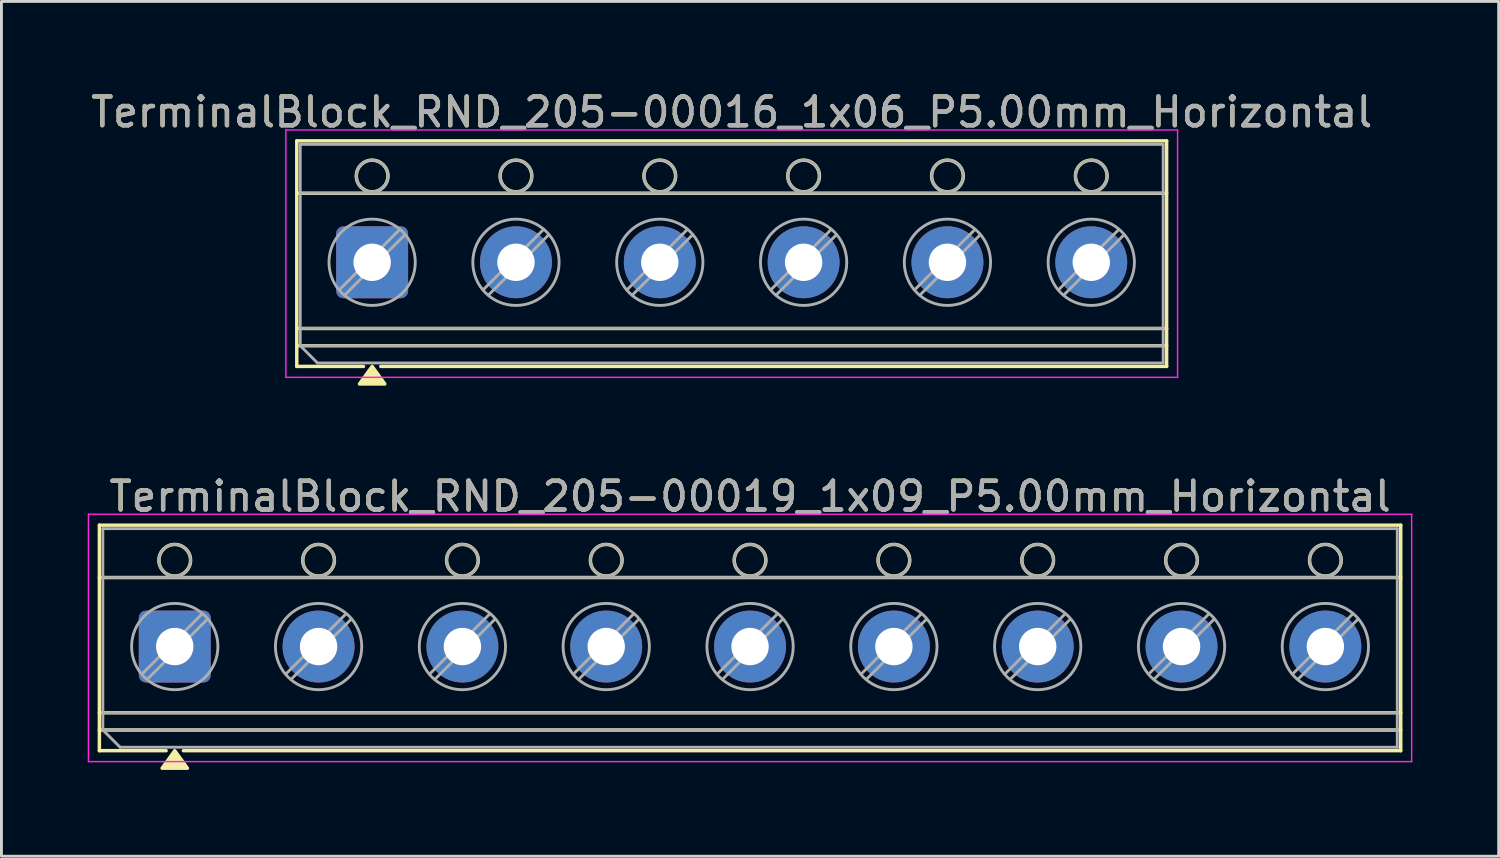
<source format=kicad_pcb>
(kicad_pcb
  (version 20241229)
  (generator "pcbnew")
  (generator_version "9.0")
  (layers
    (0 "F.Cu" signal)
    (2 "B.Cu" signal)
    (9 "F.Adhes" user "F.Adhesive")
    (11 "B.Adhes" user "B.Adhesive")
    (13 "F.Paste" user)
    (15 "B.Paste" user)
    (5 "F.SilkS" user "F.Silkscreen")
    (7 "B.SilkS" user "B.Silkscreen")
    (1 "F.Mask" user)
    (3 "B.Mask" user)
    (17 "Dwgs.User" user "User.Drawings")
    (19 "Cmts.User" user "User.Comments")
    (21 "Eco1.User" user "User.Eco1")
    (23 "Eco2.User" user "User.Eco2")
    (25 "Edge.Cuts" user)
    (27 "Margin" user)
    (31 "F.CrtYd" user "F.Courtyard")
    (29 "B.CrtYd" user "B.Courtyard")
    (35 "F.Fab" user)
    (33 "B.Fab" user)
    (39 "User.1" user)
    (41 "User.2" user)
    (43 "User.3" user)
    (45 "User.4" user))
  (footprint "TerminalBlock_RND_205-00019_1x09_P5.00mm_Horizontal"
    (layer "F.Cu")
    (at 3.025 19.427)
    (property "Reference" "TerminalBlock_RND_205-00019_1x09_P5.00mm_Horizontal" (at 20 -5.22 0) (layer "F.SilkS") (effects (font (size 1 1) (thickness 0.15))))
    (attr through_hole)
    (fp_line (start -2.62 -4.22) (end -2.62 3.62) (stroke (width 0.12) (type solid)) (layer "F.SilkS"))
    (fp_line (start -2.62 -4.22) (end 42.62 -4.22) (stroke (width 0.12) (type solid)) (layer "F.SilkS"))
    (fp_line (start -2.62 -2.4) (end 42.62 -2.4) (stroke (width 0.12) (type solid)) (layer "F.SilkS"))
    (fp_line (start -2.62 2.3) (end 42.62 2.3) (stroke (width 0.12) (type solid)) (layer "F.SilkS"))
    (fp_line (start -2.62 2.9) (end 42.62 2.9) (stroke (width 0.12) (type solid)) (layer "F.SilkS"))
    (fp_line (start -2.62 3.62) (end -0.3 3.62) (stroke (width 0.12) (type solid)) (layer "F.SilkS"))
    (fp_line (start 0.3 3.62) (end 42.62 3.62) (stroke (width 0.12) (type solid)) (layer "F.SilkS"))
    (fp_line (start 42.62 -4.22) (end 42.62 3.62) (stroke (width 0.12) (type solid)) (layer "F.SilkS"))
    (fp_circle (center 0 -3) (end 0.55 -3) (stroke (width 0.12) (type solid)) (fill no) (layer "F.SilkS"))
    (fp_circle (center 5 -3) (end 5.55 -3) (stroke (width 0.12) (type solid)) (fill no) (layer "F.SilkS"))
    (fp_circle (center 10 -3) (end 10.55 -3) (stroke (width 0.12) (type solid)) (fill no) (layer "F.SilkS"))
    (fp_circle (center 15 -3) (end 15.55 -3) (stroke (width 0.12) (type solid)) (fill no) (layer "F.SilkS"))
    (fp_circle (center 20 -3) (end 20.55 -3) (stroke (width 0.12) (type solid)) (fill no) (layer "F.SilkS"))
    (fp_circle (center 25 -3) (end 25.55 -3) (stroke (width 0.12) (type solid)) (fill no) (layer "F.SilkS"))
    (fp_circle (center 30 -3) (end 30.55 -3) (stroke (width 0.12) (type solid)) (fill no) (layer "F.SilkS"))
    (fp_circle (center 35 -3) (end 35.55 -3) (stroke (width 0.12) (type solid)) (fill no) (layer "F.SilkS"))
    (fp_circle (center 40 -3) (end 40.55 -3) (stroke (width 0.12) (type solid)) (fill no) (layer "F.SilkS"))
    (fp_poly (pts (xy 0 3.62) (xy 0.44 4.23) (xy -0.44 4.23)) (stroke (width 0.12) (type solid)) (fill yes) (layer "F.SilkS"))
    (fp_line (start -3 -4.6) (end -3 4) (stroke (width 0.05) (type solid)) (layer "F.CrtYd"))
    (fp_line (start -3 4) (end 43 4) (stroke (width 0.05) (type solid)) (layer "F.CrtYd"))
    (fp_line (start 43 -4.6) (end -3 -4.6) (stroke (width 0.05) (type solid)) (layer "F.CrtYd"))
    (fp_line (start 43 4) (end 43 -4.6) (stroke (width 0.05) (type solid)) (layer "F.CrtYd"))
    (fp_line (start -2.5 -4.1) (end 42.5 -4.1) (stroke (width 0.1) (type solid)) (layer "F.Fab"))
    (fp_line (start -2.5 -2.4) (end 42.5 -2.4) (stroke (width 0.1) (type solid)) (layer "F.Fab"))
    (fp_line (start -2.5 2.3) (end 42.5 2.3) (stroke (width 0.1) (type solid)) (layer "F.Fab"))
    (fp_line (start -2.5 2.9) (end -2.5 -4.1) (stroke (width 0.1) (type solid)) (layer "F.Fab"))
    (fp_line (start -2.5 2.9) (end 42.5 2.9) (stroke (width 0.1) (type solid)) (layer "F.Fab"))
    (fp_line (start -1.9 3.5) (end -2.5 2.9) (stroke (width 0.1) (type solid)) (layer "F.Fab"))
    (fp_line (start 0.955 -1.138) (end -1.138 0.955) (stroke (width 0.1) (type solid)) (layer "F.Fab"))
    (fp_line (start 1.138 -0.955) (end -0.955 1.138) (stroke (width 0.1) (type solid)) (layer "F.Fab"))
    (fp_line (start 5.955 -1.138) (end 3.862 0.955) (stroke (width 0.1) (type solid)) (layer "F.Fab"))
    (fp_line (start 6.138 -0.955) (end 4.045 1.138) (stroke (width 0.1) (type solid)) (layer "F.Fab"))
    (fp_line (start 10.955 -1.138) (end 8.862 0.955) (stroke (width 0.1) (type solid)) (layer "F.Fab"))
    (fp_line (start 11.138 -0.955) (end 9.045 1.138) (stroke (width 0.1) (type solid)) (layer "F.Fab"))
    (fp_line (start 15.955 -1.138) (end 13.862 0.955) (stroke (width 0.1) (type solid)) (layer "F.Fab"))
    (fp_line (start 16.138 -0.955) (end 14.045 1.138) (stroke (width 0.1) (type solid)) (layer "F.Fab"))
    (fp_line (start 20.955 -1.138) (end 18.862 0.955) (stroke (width 0.1) (type solid)) (layer "F.Fab"))
    (fp_line (start 21.138 -0.955) (end 19.045 1.138) (stroke (width 0.1) (type solid)) (layer "F.Fab"))
    (fp_line (start 25.955 -1.138) (end 23.862 0.955) (stroke (width 0.1) (type solid)) (layer "F.Fab"))
    (fp_line (start 26.138 -0.955) (end 24.045 1.138) (stroke (width 0.1) (type solid)) (layer "F.Fab"))
    (fp_line (start 30.955 -1.138) (end 28.862 0.955) (stroke (width 0.1) (type solid)) (layer "F.Fab"))
    (fp_line (start 31.138 -0.955) (end 29.045 1.138) (stroke (width 0.1) (type solid)) (layer "F.Fab"))
    (fp_line (start 35.955 -1.138) (end 33.862 0.955) (stroke (width 0.1) (type solid)) (layer "F.Fab"))
    (fp_line (start 36.138 -0.955) (end 34.045 1.138) (stroke (width 0.1) (type solid)) (layer "F.Fab"))
    (fp_line (start 40.955 -1.138) (end 38.862 0.955) (stroke (width 0.1) (type solid)) (layer "F.Fab"))
    (fp_line (start 41.138 -0.955) (end 39.045 1.138) (stroke (width 0.1) (type solid)) (layer "F.Fab"))
    (fp_line (start 42.5 -4.1) (end 42.5 3.5) (stroke (width 0.1) (type solid)) (layer "F.Fab"))
    (fp_line (start 42.5 3.5) (end -1.9 3.5) (stroke (width 0.1) (type solid)) (layer "F.Fab"))
    (fp_circle (center 0 -3) (end 0.55 -3) (stroke (width 0.1) (type solid)) (fill no) (layer "F.Fab"))
    (fp_circle (center 0 0) (end 1.5 0) (stroke (width 0.1) (type solid)) (fill no) (layer "F.Fab"))
    (fp_circle (center 5 -3) (end 5.55 -3) (stroke (width 0.1) (type solid)) (fill no) (layer "F.Fab"))
    (fp_circle (center 5 0) (end 6.5 0) (stroke (width 0.1) (type solid)) (fill no) (layer "F.Fab"))
    (fp_circle (center 10 -3) (end 10.55 -3) (stroke (width 0.1) (type solid)) (fill no) (layer "F.Fab"))
    (fp_circle (center 10 0) (end 11.5 0) (stroke (width 0.1) (type solid)) (fill no) (layer "F.Fab"))
    (fp_circle (center 15 -3) (end 15.55 -3) (stroke (width 0.1) (type solid)) (fill no) (layer "F.Fab"))
    (fp_circle (center 15 0) (end 16.5 0) (stroke (width 0.1) (type solid)) (fill no) (layer "F.Fab"))
    (fp_circle (center 20 -3) (end 20.55 -3) (stroke (width 0.1) (type solid)) (fill no) (layer "F.Fab"))
    (fp_circle (center 20 0) (end 21.5 0) (stroke (width 0.1) (type solid)) (fill no) (layer "F.Fab"))
    (fp_circle (center 25 -3) (end 25.55 -3) (stroke (width 0.1) (type solid)) (fill no) (layer "F.Fab"))
    (fp_circle (center 25 0) (end 26.5 0) (stroke (width 0.1) (type solid)) (fill no) (layer "F.Fab"))
    (fp_circle (center 30 -3) (end 30.55 -3) (stroke (width 0.1) (type solid)) (fill no) (layer "F.Fab"))
    (fp_circle (center 30 0) (end 31.5 0) (stroke (width 0.1) (type solid)) (fill no) (layer "F.Fab"))
    (fp_circle (center 35 -3) (end 35.55 -3) (stroke (width 0.1) (type solid)) (fill no) (layer "F.Fab"))
    (fp_circle (center 35 0) (end 36.5 0) (stroke (width 0.1) (type solid)) (fill no) (layer "F.Fab"))
    (fp_circle (center 40 -3) (end 40.55 -3) (stroke (width 0.1) (type solid)) (fill no) (layer "F.Fab"))
    (fp_circle (center 40 0) (end 41.5 0) (stroke (width 0.1) (type solid)) (fill no) (layer "F.Fab"))
    (fp_text user "${REFERENCE}" (at 20 -5.22 0) (layer "F.Fab") (effects (font (size 1 1) (thickness 0.15))))
    (pad "1" thru_hole roundrect (at 0 0) (size 2.5 2.5) (drill 1.3) (layers "*.Cu" "*.Mask") (roundrect_rratio 0.1))
    (pad "2" thru_hole circle (at 5 0) (size 2.5 2.5) (drill 1.3) (layers "*.Cu" "*.Mask"))
    (pad "3" thru_hole circle (at 10 0) (size 2.5 2.5) (drill 1.3) (layers "*.Cu" "*.Mask"))
    (pad "4" thru_hole circle (at 15 0) (size 2.5 2.5) (drill 1.3) (layers "*.Cu" "*.Mask"))
    (pad "5" thru_hole circle (at 20 0) (size 2.5 2.5) (drill 1.3) (layers "*.Cu" "*.Mask"))
    (pad "6" thru_hole circle (at 25 0) (size 2.5 2.5) (drill 1.3) (layers "*.Cu" "*.Mask"))
    (pad "7" thru_hole circle (at 30 0) (size 2.5 2.5) (drill 1.3) (layers "*.Cu" "*.Mask"))
    (pad "8" thru_hole circle (at 35 0) (size 2.5 2.5) (drill 1.3) (layers "*.Cu" "*.Mask"))
    (pad "9" thru_hole circle (at 40 0) (size 2.5 2.5) (drill 1.3) (layers "*.Cu" "*.Mask")))
  (footprint "TerminalBlock_RND_205-00016_1x06_P5.00mm_Horizontal"
    (layer "F.Cu")
    (at 9.887 6.068)
    (property "Reference" "TerminalBlock_RND_205-00016_1x06_P5.00mm_Horizontal" (at 12.5 -5.22 0) (layer "F.SilkS") (effects (font (size 1 1) (thickness 0.15))))
    (attr through_hole)
    (fp_line (start -2.62 -4.22) (end -2.62 3.62) (stroke (width 0.12) (type solid)) (layer "F.SilkS"))
    (fp_line (start -2.62 -4.22) (end 27.62 -4.22) (stroke (width 0.12) (type solid)) (layer "F.SilkS"))
    (fp_line (start -2.62 -2.4) (end 27.62 -2.4) (stroke (width 0.12) (type solid)) (layer "F.SilkS"))
    (fp_line (start -2.62 2.3) (end 27.62 2.3) (stroke (width 0.12) (type solid)) (layer "F.SilkS"))
    (fp_line (start -2.62 2.9) (end 27.62 2.9) (stroke (width 0.12) (type solid)) (layer "F.SilkS"))
    (fp_line (start -2.62 3.62) (end -0.3 3.62) (stroke (width 0.12) (type solid)) (layer "F.SilkS"))
    (fp_line (start 0.3 3.62) (end 27.62 3.62) (stroke (width 0.12) (type solid)) (layer "F.SilkS"))
    (fp_line (start 27.62 -4.22) (end 27.62 3.62) (stroke (width 0.12) (type solid)) (layer "F.SilkS"))
    (fp_circle (center 0 -3) (end 0.55 -3) (stroke (width 0.12) (type solid)) (fill no) (layer "F.SilkS"))
    (fp_circle (center 5 -3) (end 5.55 -3) (stroke (width 0.12) (type solid)) (fill no) (layer "F.SilkS"))
    (fp_circle (center 10 -3) (end 10.55 -3) (stroke (width 0.12) (type solid)) (fill no) (layer "F.SilkS"))
    (fp_circle (center 15 -3) (end 15.55 -3) (stroke (width 0.12) (type solid)) (fill no) (layer "F.SilkS"))
    (fp_circle (center 20 -3) (end 20.55 -3) (stroke (width 0.12) (type solid)) (fill no) (layer "F.SilkS"))
    (fp_circle (center 25 -3) (end 25.55 -3) (stroke (width 0.12) (type solid)) (fill no) (layer "F.SilkS"))
    (fp_poly (pts (xy 0 3.62) (xy 0.44 4.23) (xy -0.44 4.23)) (stroke (width 0.12) (type solid)) (fill yes) (layer "F.SilkS"))
    (fp_line (start -3 -4.6) (end -3 4) (stroke (width 0.05) (type solid)) (layer "F.CrtYd"))
    (fp_line (start -3 4) (end 28 4) (stroke (width 0.05) (type solid)) (layer "F.CrtYd"))
    (fp_line (start 28 -4.6) (end -3 -4.6) (stroke (width 0.05) (type solid)) (layer "F.CrtYd"))
    (fp_line (start 28 4) (end 28 -4.6) (stroke (width 0.05) (type solid)) (layer "F.CrtYd"))
    (fp_line (start -2.5 -4.1) (end 27.5 -4.1) (stroke (width 0.1) (type solid)) (layer "F.Fab"))
    (fp_line (start -2.5 -2.4) (end 27.5 -2.4) (stroke (width 0.1) (type solid)) (layer "F.Fab"))
    (fp_line (start -2.5 2.3) (end 27.5 2.3) (stroke (width 0.1) (type solid)) (layer "F.Fab"))
    (fp_line (start -2.5 2.9) (end -2.5 -4.1) (stroke (width 0.1) (type solid)) (layer "F.Fab"))
    (fp_line (start -2.5 2.9) (end 27.5 2.9) (stroke (width 0.1) (type solid)) (layer "F.Fab"))
    (fp_line (start -1.9 3.5) (end -2.5 2.9) (stroke (width 0.1) (type solid)) (layer "F.Fab"))
    (fp_line (start 0.955 -1.138) (end -1.138 0.955) (stroke (width 0.1) (type solid)) (layer "F.Fab"))
    (fp_line (start 1.138 -0.955) (end -0.955 1.138) (stroke (width 0.1) (type solid)) (layer "F.Fab"))
    (fp_line (start 5.955 -1.138) (end 3.862 0.955) (stroke (width 0.1) (type solid)) (layer "F.Fab"))
    (fp_line (start 6.138 -0.955) (end 4.045 1.138) (stroke (width 0.1) (type solid)) (layer "F.Fab"))
    (fp_line (start 10.955 -1.138) (end 8.862 0.955) (stroke (width 0.1) (type solid)) (layer "F.Fab"))
    (fp_line (start 11.138 -0.955) (end 9.045 1.138) (stroke (width 0.1) (type solid)) (layer "F.Fab"))
    (fp_line (start 15.955 -1.138) (end 13.862 0.955) (stroke (width 0.1) (type solid)) (layer "F.Fab"))
    (fp_line (start 16.138 -0.955) (end 14.045 1.138) (stroke (width 0.1) (type solid)) (layer "F.Fab"))
    (fp_line (start 20.955 -1.138) (end 18.862 0.955) (stroke (width 0.1) (type solid)) (layer "F.Fab"))
    (fp_line (start 21.138 -0.955) (end 19.045 1.138) (stroke (width 0.1) (type solid)) (layer "F.Fab"))
    (fp_line (start 25.955 -1.138) (end 23.862 0.955) (stroke (width 0.1) (type solid)) (layer "F.Fab"))
    (fp_line (start 26.138 -0.955) (end 24.045 1.138) (stroke (width 0.1) (type solid)) (layer "F.Fab"))
    (fp_line (start 27.5 -4.1) (end 27.5 3.5) (stroke (width 0.1) (type solid)) (layer "F.Fab"))
    (fp_line (start 27.5 3.5) (end -1.9 3.5) (stroke (width 0.1) (type solid)) (layer "F.Fab"))
    (fp_circle (center 0 -3) (end 0.55 -3) (stroke (width 0.1) (type solid)) (fill no) (layer "F.Fab"))
    (fp_circle (center 0 0) (end 1.5 0) (stroke (width 0.1) (type solid)) (fill no) (layer "F.Fab"))
    (fp_circle (center 5 -3) (end 5.55 -3) (stroke (width 0.1) (type solid)) (fill no) (layer "F.Fab"))
    (fp_circle (center 5 0) (end 6.5 0) (stroke (width 0.1) (type solid)) (fill no) (layer "F.Fab"))
    (fp_circle (center 10 -3) (end 10.55 -3) (stroke (width 0.1) (type solid)) (fill no) (layer "F.Fab"))
    (fp_circle (center 10 0) (end 11.5 0) (stroke (width 0.1) (type solid)) (fill no) (layer "F.Fab"))
    (fp_circle (center 15 -3) (end 15.55 -3) (stroke (width 0.1) (type solid)) (fill no) (layer "F.Fab"))
    (fp_circle (center 15 0) (end 16.5 0) (stroke (width 0.1) (type solid)) (fill no) (layer "F.Fab"))
    (fp_circle (center 20 -3) (end 20.55 -3) (stroke (width 0.1) (type solid)) (fill no) (layer "F.Fab"))
    (fp_circle (center 20 0) (end 21.5 0) (stroke (width 0.1) (type solid)) (fill no) (layer "F.Fab"))
    (fp_circle (center 25 -3) (end 25.55 -3) (stroke (width 0.1) (type solid)) (fill no) (layer "F.Fab"))
    (fp_circle (center 25 0) (end 26.5 0) (stroke (width 0.1) (type solid)) (fill no) (layer "F.Fab"))
    (fp_text user "${REFERENCE}" (at 12.5 -5.22 0) (layer "F.Fab") (effects (font (size 1 1) (thickness 0.15))))
    (pad "1" thru_hole roundrect (at 0 0) (size 2.5 2.5) (drill 1.3) (layers "*.Cu" "*.Mask") (roundrect_rratio 0.1))
    (pad "2" thru_hole circle (at 5 0) (size 2.5 2.5) (drill 1.3) (layers "*.Cu" "*.Mask"))
    (pad "3" thru_hole circle (at 10 0) (size 2.5 2.5) (drill 1.3) (layers "*.Cu" "*.Mask"))
    (pad "4" thru_hole circle (at 15 0) (size 2.5 2.5) (drill 1.3) (layers "*.Cu" "*.Mask"))
    (pad "5" thru_hole circle (at 20 0) (size 2.5 2.5) (drill 1.3) (layers "*.Cu" "*.Mask"))
    (pad "6" thru_hole circle (at 25 0) (size 2.5 2.5) (drill 1.3) (layers "*.Cu" "*.Mask")))
  (gr_rect
    (start -3 -3)
    (end 49.05 26.716)
    (stroke (width 0.1) (type default))
    (fill no)
    (layer "Edge.Cuts")))
</source>
